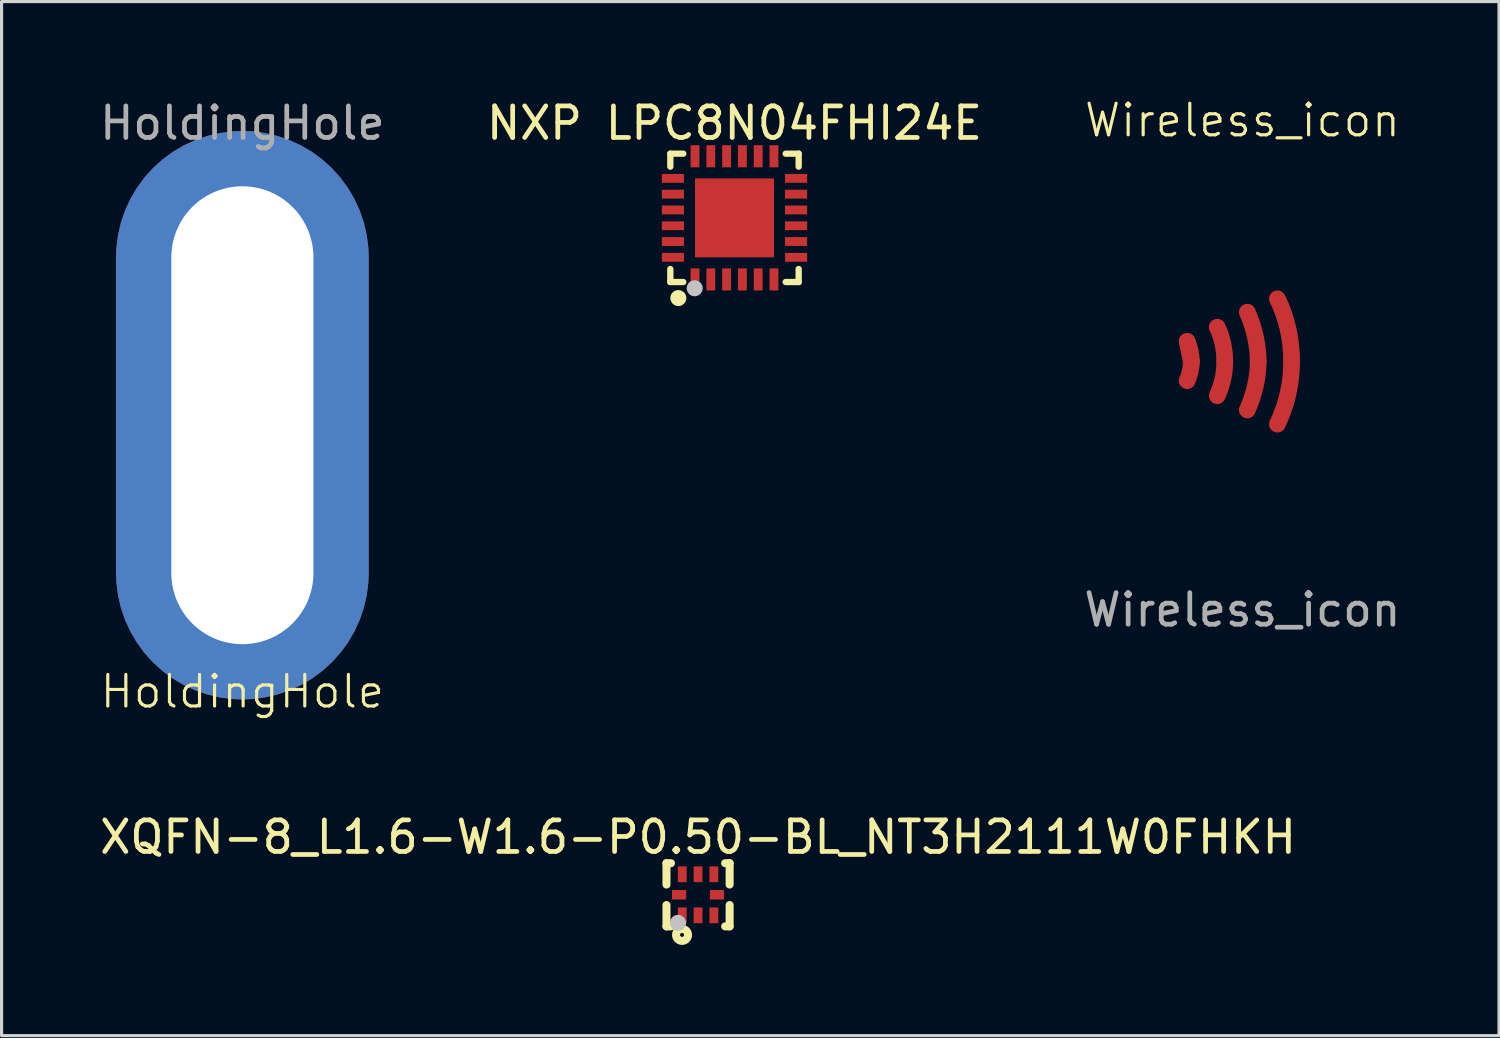
<source format=kicad_pcb>
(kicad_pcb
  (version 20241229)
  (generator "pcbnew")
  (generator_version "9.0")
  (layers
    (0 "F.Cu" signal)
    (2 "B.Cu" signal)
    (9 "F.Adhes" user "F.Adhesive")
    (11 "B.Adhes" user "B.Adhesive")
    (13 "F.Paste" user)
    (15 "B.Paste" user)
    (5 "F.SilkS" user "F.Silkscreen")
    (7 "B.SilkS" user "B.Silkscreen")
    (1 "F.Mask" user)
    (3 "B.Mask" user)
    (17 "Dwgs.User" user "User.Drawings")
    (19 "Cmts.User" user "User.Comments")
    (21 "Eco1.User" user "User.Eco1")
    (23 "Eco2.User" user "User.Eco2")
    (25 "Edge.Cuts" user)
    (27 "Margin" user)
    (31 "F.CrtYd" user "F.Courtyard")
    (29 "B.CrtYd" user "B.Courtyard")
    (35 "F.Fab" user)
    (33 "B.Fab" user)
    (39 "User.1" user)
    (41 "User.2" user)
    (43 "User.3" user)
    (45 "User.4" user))
  (footprint "XQFN-8_L1.6-W1.6-P0.50-BL_NT3H2111W0FHKH"
    (layer "F.Cu")
    (at 19.054 25.284)
    (property "Reference" "XQFN-8_L1.6-W1.6-P0.50-BL_NT3H2111W0FHKH" (at 0 -1.827 0) (layer "F.SilkS") (effects (font (size 1 1) (thickness 0.15))))
    (fp_line (start -1 -1) (end -0.858 -1) (stroke (width 0.254) (type default)) (layer "F.SilkS"))
    (fp_line (start -1 -0.325) (end -1 -1) (stroke (width 0.254) (type default)) (layer "F.SilkS"))
    (fp_line (start -1 1) (end -1 0.325) (stroke (width 0.254) (type default)) (layer "F.SilkS"))
    (fp_line (start -0.858 1) (end -1 1) (stroke (width 0.254) (type default)) (layer "F.SilkS"))
    (fp_line (start 0.858 -1) (end 1 -1) (stroke (width 0.254) (type default)) (layer "F.SilkS"))
    (fp_line (start 1 -1) (end 1 -0.325) (stroke (width 0.254) (type default)) (layer "F.SilkS"))
    (fp_line (start 1 0.325) (end 1 1) (stroke (width 0.254) (type default)) (layer "F.SilkS"))
    (fp_line (start 1 1) (end 0.858 1) (stroke (width 0.254) (type default)) (layer "F.SilkS"))
    (fp_circle (center -0.507 1.27) (end -0.444 1.27) (stroke (width 0.254) (type default)) (fill no) (layer "F.SilkS"))
    (fp_circle (center -0.635 0.889) (end -0.508 0.889) (stroke (width 0.254) (type default)) (fill no) (layer "Dwgs.User"))
    (fp_poly (pts (xy -0.4 -0.8) (xy -0.4 -0.4) (xy -0.6 -0.4) (xy -0.6 -0.8)) (stroke (width 0.1) (type default)) (fill no) (layer "User.1"))
    (fp_poly (pts (xy -0.4 0.1) (xy -0.8 0.1) (xy -0.8 -0.1) (xy -0.4 -0.1)) (stroke (width 0.1) (type default)) (fill no) (layer "User.1"))
    (fp_poly (pts (xy -0.35 0.4) (xy -0.35 0.8) (xy -0.65 0.8) (xy -0.65 0.4)) (stroke (width 0.1) (type default)) (fill no) (layer "User.1"))
    (fp_poly (pts (xy 0.1 -0.8) (xy 0.1 -0.4) (xy -0.1 -0.4) (xy -0.1 -0.8)) (stroke (width 0.1) (type default)) (fill no) (layer "User.1"))
    (fp_poly (pts (xy 0.1 0.4) (xy 0.1 0.8) (xy -0.1 0.8) (xy -0.1 0.4)) (stroke (width 0.1) (type default)) (fill no) (layer "User.1"))
    (fp_poly (pts (xy 0.6 -0.8) (xy 0.6 -0.4) (xy 0.4 -0.4) (xy 0.4 -0.8)) (stroke (width 0.1) (type default)) (fill no) (layer "User.1"))
    (fp_poly (pts (xy 0.6 0.4) (xy 0.6 0.8) (xy 0.4 0.8) (xy 0.4 0.4)) (stroke (width 0.1) (type default)) (fill no) (layer "User.1"))
    (fp_poly (pts (xy 0.8 0.1) (xy 0.4 0.1) (xy 0.4 -0.1) (xy 0.8 -0.1)) (stroke (width 0.1) (type default)) (fill no) (layer "User.1"))
    (fp_line (start -0.8 -0.8) (end 0.8 -0.8) (stroke (width 0.051) (type default)) (layer "User.2"))
    (fp_line (start -0.8 0.8) (end -0.8 -0.8) (stroke (width 0.051) (type default)) (layer "User.2"))
    (fp_line (start 0.8 -0.8) (end 0.8 0.8) (stroke (width 0.051) (type default)) (layer "User.2"))
    (fp_line (start 0.8 0.8) (end -0.8 0.8) (stroke (width 0.051) (type default)) (layer "User.2"))
    (fp_poly (pts (xy -0.74 0.8) (xy -0.758 0.758) (xy -0.8 0.74) (xy -0.842 0.758) (xy -0.86 0.8) (xy -0.842 0.842) (xy -0.8 0.86) (xy -0.758 0.842)) (stroke (width 0.1) (type default)) (fill no) (layer "User.3"))
    (pad "1" smd rect (at -0.5 0.65 90) (size 0.5 0.28) (layers "F.Cu" "F.Mask" "F.Paste"))
    (pad "2" smd rect (at 0 0.65 90) (size 0.5 0.28) (layers "F.Cu" "F.Mask" "F.Paste"))
    (pad "3" smd rect (at 0.5 0.65 90) (size 0.5 0.28) (layers "F.Cu" "F.Mask" "F.Paste"))
    (pad "4" smd rect (at 0.6 0 180) (size 0.45 0.3) (layers "F.Cu" "F.Mask" "F.Paste"))
    (pad "5" smd rect (at 0.5 -0.65 90) (size 0.5 0.28) (layers "F.Cu" "F.Mask" "F.Paste"))
    (pad "6" smd rect (at 0 -0.65 90) (size 0.5 0.28) (layers "F.Cu" "F.Mask" "F.Paste"))
    (pad "7" smd rect (at -0.5 -0.65 90) (size 0.5 0.28) (layers "F.Cu" "F.Mask" "F.Paste"))
    (pad "8" smd rect (at -0.6 0 180) (size 0.45 0.3) (layers "F.Cu" "F.Mask" "F.Paste")))
  (footprint "Wireless_icon"
    (layer "F.Cu")
    (at 36.292 8.261)
    (property "Reference" "Wireless_icon" (at 0 -7.5 0) (unlocked yes) (layer "F.SilkS") (effects (font (size 1 1) (thickness 0.1))))
    (fp_line (start -1.75 -0.5) (end -1.618 0.135) (stroke (width 0.529) (type default)) (layer "F.Cu"))
    (fp_curve (pts (xy -1.75 0.744) (xy -1.671 0.558) (xy -1.618 0.347) (xy -1.618 0.135)) (stroke (width 0.529) (type solid)) (layer "F.Cu"))
    (fp_curve (pts (xy -1.618 0.135) (xy -1.618 -0.077) (xy -1.671 -0.315) (xy -1.75 -0.5)) (stroke (width 0.529) (type solid)) (layer "F.Cu"))
    (fp_curve (pts (xy -0.797 1.22) (xy -0.639 0.876) (xy -0.559 0.505) (xy -0.559 0.135)) (stroke (width 0.529) (type solid)) (layer "F.Cu"))
    (fp_curve (pts (xy -0.559 0.135) (xy -0.559 -0.235) (xy -0.639 -0.632) (xy -0.797 -0.95)) (stroke (width 0.529) (type solid)) (layer "F.Cu"))
    (fp_curve (pts (xy 0.155 1.67) (xy 0.367 1.193) (xy 0.499 0.664) (xy 0.499 0.135)) (stroke (width 0.529) (type solid)) (layer "F.Cu"))
    (fp_curve (pts (xy 0.499 0.135) (xy 0.499 -0.394) (xy 0.367 -0.95) (xy 0.155 -1.426)) (stroke (width 0.529) (type solid)) (layer "F.Cu"))
    (fp_curve (pts (xy 1.107 2.119) (xy 1.399 1.511) (xy 1.557 0.849) (xy 1.557 0.135)) (stroke (width 0.529) (type solid)) (layer "F.Cu"))
    (fp_curve (pts (xy 1.557 0.135) (xy 1.557 -0.579) (xy 1.399 -1.267) (xy 1.107 -1.849)) (stroke (width 0.529) (type solid)) (layer "F.Cu"))
    (fp_line (start -1.75 -0.5) (end -1.618 0.135) (stroke (width 0.529) (type default)) (layer "F.Mask"))
    (fp_curve (pts (xy -1.75 0.744) (xy -1.671 0.558) (xy -1.618 0.347) (xy -1.618 0.135)) (stroke (width 0.529) (type solid)) (layer "F.Mask"))
    (fp_curve (pts (xy -1.618 0.135) (xy -1.618 -0.077) (xy -1.671 -0.315) (xy -1.75 -0.5)) (stroke (width 0.529) (type solid)) (layer "F.Mask"))
    (fp_curve (pts (xy -0.797 1.22) (xy -0.639 0.876) (xy -0.559 0.505) (xy -0.559 0.135)) (stroke (width 0.529) (type solid)) (layer "F.Mask"))
    (fp_curve (pts (xy -0.559 0.135) (xy -0.559 -0.235) (xy -0.639 -0.632) (xy -0.797 -0.95)) (stroke (width 0.529) (type solid)) (layer "F.Mask"))
    (fp_curve (pts (xy 0.155 1.67) (xy 0.367 1.193) (xy 0.499 0.664) (xy 0.499 0.135)) (stroke (width 0.529) (type solid)) (layer "F.Mask"))
    (fp_curve (pts (xy 0.499 0.135) (xy 0.499 -0.394) (xy 0.367 -0.95) (xy 0.155 -1.426)) (stroke (width 0.529) (type solid)) (layer "F.Mask"))
    (fp_curve (pts (xy 1.107 2.119) (xy 1.399 1.511) (xy 1.557 0.849) (xy 1.557 0.135)) (stroke (width 0.529) (type solid)) (layer "F.Mask"))
    (fp_curve (pts (xy 1.557 0.135) (xy 1.557 -0.579) (xy 1.399 -1.267) (xy 1.107 -1.849)) (stroke (width 0.529) (type solid)) (layer "F.Mask"))
    (fp_text user "${REFERENCE}" (at 0 8 0) (unlocked yes) (layer "F.Fab") (effects (font (size 1 1) (thickness 0.15)))))
  (footprint "HoldingHole"
    (layer "F.Cu")
    (at 4.625 19.348)
    (property "Reference" "HoldingHole" (at 0 -0.5 0) (unlocked yes) (layer "F.SilkS") (effects (font (size 1 1) (thickness 0.1))))
    (fp_text user "${REFERENCE}" (at 0 -18.5 0) (unlocked yes) (layer "F.Fab") (effects (font (size 1 1) (thickness 0.15))))
    (pad "1" thru_hole roundrect (at 0 -9.25 90) (size 18 8) (drill oval 14.5 4.5) (layers "*.Cu" "*.Mask") (remove_unused_layers yes) (keep_end_layers yes) (zone_layer_connections) (roundrect_rratio 0.5)))
  (footprint "NXP LPC8N04FHI24E"
    (layer "F.Cu")
    (at 20.208 3.848)
    (property "Reference" "NXP LPC8N04FHI24E" (at 0 -3 0) (layer "F.SilkS") (effects (font (size 1 1) (thickness 0.15))))
    (fp_line (start -2.032 -2.032) (end -1.621 -2.032) (stroke (width 0.2) (type default)) (layer "F.SilkS"))
    (fp_line (start -2.032 -1.621) (end -2.032 -2.032) (stroke (width 0.2) (type default)) (layer "F.SilkS"))
    (fp_line (start -2.032 2.032) (end -2.032 1.621) (stroke (width 0.2) (type default)) (layer "F.SilkS"))
    (fp_line (start -1.621 2.032) (end -2.032 2.032) (stroke (width 0.2) (type default)) (layer "F.SilkS"))
    (fp_line (start 1.621 -2.032) (end 2.032 -2.032) (stroke (width 0.2) (type default)) (layer "F.SilkS"))
    (fp_line (start 2.032 -2.032) (end 2.032 -1.621) (stroke (width 0.2) (type default)) (layer "F.SilkS"))
    (fp_line (start 2.032 1.621) (end 2.032 2.032) (stroke (width 0.2) (type default)) (layer "F.SilkS"))
    (fp_line (start 2.032 2.032) (end 1.621 2.032) (stroke (width 0.2) (type default)) (layer "F.SilkS"))
    (fp_circle (center -1.778 2.54) (end -1.651 2.54) (stroke (width 0.254) (type default)) (fill no) (layer "F.SilkS"))
    (fp_poly (pts (xy -2.3 -1.39) (xy -2.3 -1.11) (xy -1.6 -1.11) (xy -1.6 -1.39)) (stroke (width 0) (type default)) (fill yes) (layer "F.Paste"))
    (fp_poly (pts (xy -2.3 -0.89) (xy -2.3 -0.61) (xy -1.6 -0.61) (xy -1.6 -0.89)) (stroke (width 0) (type default)) (fill yes) (layer "F.Paste"))
    (fp_poly (pts (xy -2.3 -0.39) (xy -2.3 -0.11) (xy -1.6 -0.11) (xy -1.6 -0.39)) (stroke (width 0) (type default)) (fill yes) (layer "F.Paste"))
    (fp_poly (pts (xy -2.3 0.11) (xy -2.3 0.39) (xy -1.6 0.39) (xy -1.6 0.11)) (stroke (width 0) (type default)) (fill yes) (layer "F.Paste"))
    (fp_poly (pts (xy -2.3 0.61) (xy -2.3 0.89) (xy -1.6 0.89) (xy -1.6 0.61)) (stroke (width 0) (type default)) (fill yes) (layer "F.Paste"))
    (fp_poly (pts (xy -2.3 1.11) (xy -2.3 1.39) (xy -1.6 1.39) (xy -1.6 1.11)) (stroke (width 0) (type default)) (fill yes) (layer "F.Paste"))
    (fp_poly (pts (xy -1.39 -1.6) (xy -1.11 -1.6) (xy -1.11 -2.3) (xy -1.39 -2.3)) (stroke (width 0) (type default)) (fill yes) (layer "F.Paste"))
    (fp_poly (pts (xy -1.39 2.3) (xy -1.11 2.3) (xy -1.11 1.6) (xy -1.39 1.6)) (stroke (width 0) (type default)) (fill yes) (layer "F.Paste"))
    (fp_poly (pts (xy -1 1) (xy -1 -1) (xy 1 -1) (xy 1 1)) (stroke (width 0) (type default)) (fill yes) (layer "F.Paste"))
    (fp_poly (pts (xy -0.89 -1.6) (xy -0.61 -1.6) (xy -0.61 -2.3) (xy -0.89 -2.3)) (stroke (width 0) (type default)) (fill yes) (layer "F.Paste"))
    (fp_poly (pts (xy -0.89 2.3) (xy -0.61 2.3) (xy -0.61 1.6) (xy -0.89 1.6)) (stroke (width 0) (type default)) (fill yes) (layer "F.Paste"))
    (fp_poly (pts (xy -0.39 -1.6) (xy -0.11 -1.6) (xy -0.11 -2.3) (xy -0.39 -2.3)) (stroke (width 0) (type default)) (fill yes) (layer "F.Paste"))
    (fp_poly (pts (xy -0.39 2.3) (xy -0.11 2.3) (xy -0.11 1.6) (xy -0.39 1.6)) (stroke (width 0) (type default)) (fill yes) (layer "F.Paste"))
    (fp_poly (pts (xy 0.11 -1.6) (xy 0.39 -1.6) (xy 0.39 -2.3) (xy 0.11 -2.3)) (stroke (width 0) (type default)) (fill yes) (layer "F.Paste"))
    (fp_poly (pts (xy 0.11 2.3) (xy 0.39 2.3) (xy 0.39 1.6) (xy 0.11 1.6)) (stroke (width 0) (type default)) (fill yes) (layer "F.Paste"))
    (fp_poly (pts (xy 0.61 -1.6) (xy 0.89 -1.6) (xy 0.89 -2.3) (xy 0.61 -2.3)) (stroke (width 0) (type default)) (fill yes) (layer "F.Paste"))
    (fp_poly (pts (xy 0.61 2.3) (xy 0.89 2.3) (xy 0.89 1.6) (xy 0.61 1.6)) (stroke (width 0) (type default)) (fill yes) (layer "F.Paste"))
    (fp_poly (pts (xy 1.11 -1.6) (xy 1.39 -1.6) (xy 1.39 -2.3) (xy 1.11 -2.3)) (stroke (width 0) (type default)) (fill yes) (layer "F.Paste"))
    (fp_poly (pts (xy 1.11 2.3) (xy 1.39 2.3) (xy 1.39 1.6) (xy 1.11 1.6)) (stroke (width 0) (type default)) (fill yes) (layer "F.Paste"))
    (fp_poly (pts (xy 1.6 -1.39) (xy 1.6 -1.11) (xy 2.3 -1.11) (xy 2.3 -1.39)) (stroke (width 0) (type default)) (fill yes) (layer "F.Paste"))
    (fp_poly (pts (xy 1.6 -0.89) (xy 1.6 -0.61) (xy 2.3 -0.61) (xy 2.3 -0.89)) (stroke (width 0) (type default)) (fill yes) (layer "F.Paste"))
    (fp_poly (pts (xy 1.6 -0.39) (xy 1.6 -0.11) (xy 2.3 -0.11) (xy 2.3 -0.39)) (stroke (width 0) (type default)) (fill yes) (layer "F.Paste"))
    (fp_poly (pts (xy 1.6 0.11) (xy 1.6 0.39) (xy 2.3 0.39) (xy 2.3 0.11)) (stroke (width 0) (type default)) (fill yes) (layer "F.Paste"))
    (fp_poly (pts (xy 1.6 0.61) (xy 1.6 0.89) (xy 2.3 0.89) (xy 2.3 0.61)) (stroke (width 0) (type default)) (fill yes) (layer "F.Paste"))
    (fp_poly (pts (xy 1.6 1.11) (xy 1.6 1.39) (xy 2.3 1.39) (xy 2.3 1.11)) (stroke (width 0) (type default)) (fill yes) (layer "F.Paste"))
    (fp_circle (center -1.26 2.23) (end -1.133 2.23) (stroke (width 0.254) (type default)) (fill no) (layer "Dwgs.User"))
    (fp_poly (pts (xy -1.6 -1.375) (xy -1.6 -1.125) (xy -2 -1.125) (xy -2 -1.375)) (stroke (width 0.1) (type default)) (fill no) (layer "User.1"))
    (fp_poly (pts (xy -1.6 -0.875) (xy -1.6 -0.625) (xy -2 -0.625) (xy -2 -0.875)) (stroke (width 0.1) (type default)) (fill no) (layer "User.1"))
    (fp_poly (pts (xy -1.6 -0.375) (xy -1.6 -0.125) (xy -2 -0.125) (xy -2 -0.375)) (stroke (width 0.1) (type default)) (fill no) (layer "User.1"))
    (fp_poly (pts (xy -1.6 0.125) (xy -1.6 0.375) (xy -2 0.375) (xy -2 0.125)) (stroke (width 0.1) (type default)) (fill no) (layer "User.1"))
    (fp_poly (pts (xy -1.6 0.625) (xy -1.6 0.875) (xy -2 0.875) (xy -2 0.625)) (stroke (width 0.1) (type default)) (fill no) (layer "User.1"))
    (fp_poly (pts (xy -1.6 1.125) (xy -1.6 1.375) (xy -2 1.375) (xy -2 1.125)) (stroke (width 0.1) (type default)) (fill no) (layer "User.1"))
    (fp_poly (pts (xy -1.375 -2) (xy -1.125 -2) (xy -1.125 -1.6) (xy -1.375 -1.6)) (stroke (width 0.1) (type default)) (fill no) (layer "User.1"))
    (fp_poly (pts (xy -1.25 1.25) (xy -1.25 -1.25) (xy 1.25 -1.25) (xy 1.25 1.25)) (stroke (width 0.1) (type default)) (fill no) (layer "User.1"))
    (fp_poly (pts (xy -1.125 2) (xy -1.375 2) (xy -1.375 1.6) (xy -1.125 1.6)) (stroke (width 0.1) (type default)) (fill no) (layer "User.1"))
    (fp_poly (pts (xy -0.875 -2) (xy -0.625 -2) (xy -0.625 -1.6) (xy -0.875 -1.6)) (stroke (width 0.1) (type default)) (fill no) (layer "User.1"))
    (fp_poly (pts (xy -0.625 2) (xy -0.875 2) (xy -0.875 1.6) (xy -0.625 1.6)) (stroke (width 0.1) (type default)) (fill no) (layer "User.1"))
    (fp_poly (pts (xy -0.375 -2) (xy -0.125 -2) (xy -0.125 -1.6) (xy -0.375 -1.6)) (stroke (width 0.1) (type default)) (fill no) (layer "User.1"))
    (fp_poly (pts (xy -0.125 2) (xy -0.375 2) (xy -0.375 1.6) (xy -0.125 1.6)) (stroke (width 0.1) (type default)) (fill no) (layer "User.1"))
    (fp_poly (pts (xy 0.125 -2) (xy 0.375 -2) (xy 0.375 -1.6) (xy 0.125 -1.6)) (stroke (width 0.1) (type default)) (fill no) (layer "User.1"))
    (fp_poly (pts (xy 0.375 2) (xy 0.125 2) (xy 0.125 1.6) (xy 0.375 1.6)) (stroke (width 0.1) (type default)) (fill no) (layer "User.1"))
    (fp_poly (pts (xy 0.625 -2) (xy 0.875 -2) (xy 0.875 -1.6) (xy 0.625 -1.6)) (stroke (width 0.1) (type default)) (fill no) (layer "User.1"))
    (fp_poly (pts (xy 0.875 2) (xy 0.625 2) (xy 0.625 1.6) (xy 0.875 1.6)) (stroke (width 0.1) (type default)) (fill no) (layer "User.1"))
    (fp_poly (pts (xy 1.125 -2) (xy 1.375 -2) (xy 1.375 -1.6) (xy 1.125 -1.6)) (stroke (width 0.1) (type default)) (fill no) (layer "User.1"))
    (fp_poly (pts (xy 1.375 2) (xy 1.125 2) (xy 1.125 1.6) (xy 1.375 1.6)) (stroke (width 0.1) (type default)) (fill no) (layer "User.1"))
    (fp_poly (pts (xy 1.6 -1.125) (xy 1.6 -1.375) (xy 2 -1.375) (xy 2 -1.125)) (stroke (width 0.1) (type default)) (fill no) (layer "User.1"))
    (fp_poly (pts (xy 1.6 -0.625) (xy 1.6 -0.875) (xy 2 -0.875) (xy 2 -0.625)) (stroke (width 0.1) (type default)) (fill no) (layer "User.1"))
    (fp_poly (pts (xy 1.6 -0.125) (xy 1.6 -0.375) (xy 2 -0.375) (xy 2 -0.125)) (stroke (width 0.1) (type default)) (fill no) (layer "User.1"))
    (fp_poly (pts (xy 1.6 0.375) (xy 1.6 0.125) (xy 2 0.125) (xy 2 0.375)) (stroke (width 0.1) (type default)) (fill no) (layer "User.1"))
    (fp_poly (pts (xy 1.6 0.875) (xy 1.6 0.625) (xy 2 0.625) (xy 2 0.875)) (stroke (width 0.1) (type default)) (fill no) (layer "User.1"))
    (fp_poly (pts (xy 1.6 1.375) (xy 1.6 1.125) (xy 2 1.125) (xy 2 1.375)) (stroke (width 0.1) (type default)) (fill no) (layer "User.1"))
    (fp_line (start -2 -2) (end 2 -2) (stroke (width 0.051) (type default)) (layer "User.2"))
    (fp_line (start -2 2) (end -2 -2) (stroke (width 0.051) (type default)) (layer "User.2"))
    (fp_line (start 2 -2) (end 2 2) (stroke (width 0.051) (type default)) (layer "User.2"))
    (fp_line (start 2 2) (end -2 2) (stroke (width 0.051) (type default)) (layer "User.2"))
    (fp_poly (pts (xy -1.94 2) (xy -1.958 1.958) (xy -2 1.94) (xy -2.042 1.958) (xy -2.06 2) (xy -2.042 2.042) (xy -2 2.06) (xy -1.958 2.042)) (stroke (width 0.1) (type default)) (fill no) (layer "User.3"))
    (pad "1" smd rect (at -1.25 1.95 180) (size 0.28 0.7) (layers "F.Cu" "F.Mask" "F.Paste"))
    (pad "2" smd rect (at -0.75 1.95 180) (size 0.28 0.7) (layers "F.Cu" "F.Mask" "F.Paste"))
    (pad "3" smd rect (at -0.25 1.95 180) (size 0.28 0.7) (layers "F.Cu" "F.Mask" "F.Paste"))
    (pad "4" smd rect (at 0.25 1.95 180) (size 0.28 0.7) (layers "F.Cu" "F.Mask" "F.Paste"))
    (pad "5" smd rect (at 0.75 1.95 180) (size 0.28 0.7) (layers "F.Cu" "F.Mask" "F.Paste"))
    (pad "6" smd rect (at 1.25 1.95 180) (size 0.28 0.7) (layers "F.Cu" "F.Mask" "F.Paste"))
    (pad "7" smd rect (at 1.95 1.25 270) (size 0.28 0.7) (layers "F.Cu" "F.Mask" "F.Paste"))
    (pad "8" smd rect (at 1.95 0.75 270) (size 0.28 0.7) (layers "F.Cu" "F.Mask" "F.Paste"))
    (pad "9" smd rect (at 1.95 0.25 270) (size 0.28 0.7) (layers "F.Cu" "F.Mask" "F.Paste"))
    (pad "10" smd rect (at 1.95 -0.25 270) (size 0.28 0.7) (layers "F.Cu" "F.Mask" "F.Paste"))
    (pad "11" smd rect (at 1.95 -0.75 270) (size 0.28 0.7) (layers "F.Cu" "F.Mask" "F.Paste"))
    (pad "12" smd rect (at 1.95 -1.25 270) (size 0.28 0.7) (layers "F.Cu" "F.Mask" "F.Paste"))
    (pad "13" smd rect (at 1.25 -1.95) (size 0.28 0.7) (layers "F.Cu" "F.Mask" "F.Paste"))
    (pad "14" smd rect (at 0.75 -1.95) (size 0.28 0.7) (layers "F.Cu" "F.Mask" "F.Paste"))
    (pad "15" smd rect (at 0.25 -1.95) (size 0.28 0.7) (layers "F.Cu" "F.Mask" "F.Paste"))
    (pad "16" smd rect (at -0.25 -1.95) (size 0.28 0.7) (layers "F.Cu" "F.Mask" "F.Paste"))
    (pad "17" smd rect (at -0.75 -1.95) (size 0.28 0.7) (layers "F.Cu" "F.Mask" "F.Paste"))
    (pad "18" smd rect (at -1.25 -1.95) (size 0.28 0.7) (layers "F.Cu" "F.Mask" "F.Paste"))
    (pad "19" smd rect (at -1.95 -1.25 90) (size 0.28 0.7) (layers "F.Cu" "F.Mask" "F.Paste"))
    (pad "20" smd rect (at -1.95 -0.75 90) (size 0.28 0.7) (layers "F.Cu" "F.Mask" "F.Paste"))
    (pad "21" smd rect (at -1.95 -0.25 90) (size 0.28 0.7) (layers "F.Cu" "F.Mask" "F.Paste"))
    (pad "22" smd rect (at -1.95 0.25 90) (size 0.28 0.7) (layers "F.Cu" "F.Mask" "F.Paste"))
    (pad "23" smd rect (at -1.95 0.75 90) (size 0.28 0.7) (layers "F.Cu" "F.Mask" "F.Paste"))
    (pad "24" smd rect (at -1.95 1.25 90) (size 0.28 0.7) (layers "F.Cu" "F.Mask" "F.Paste"))
    (pad "25" smd rect (at 0 0 90) (size 2.5 2.5) (layers "F.Cu" "F.Mask" "F.Paste")))
  (gr_rect
    (start -3 -3)
    (end 44.417 29.744)
    (stroke (width 0.1) (type default))
    (fill no)
    (layer "Edge.Cuts")))
</source>
